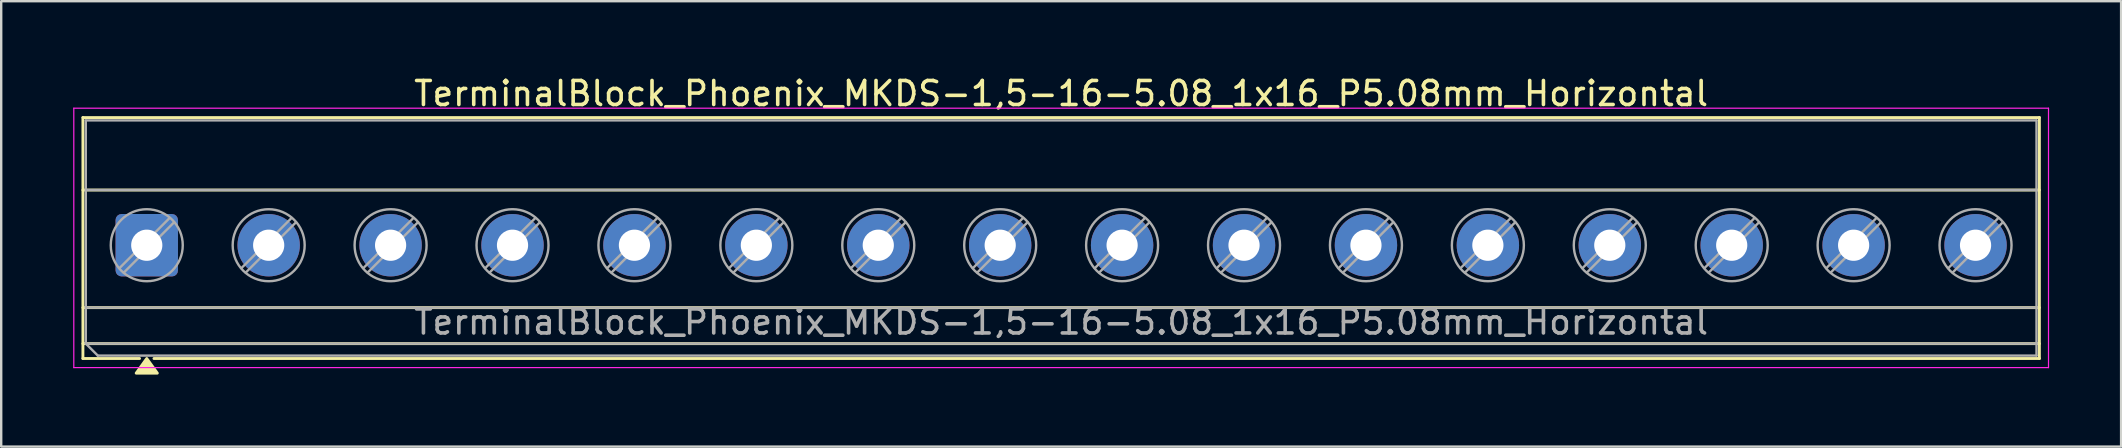
<source format=kicad_pcb>
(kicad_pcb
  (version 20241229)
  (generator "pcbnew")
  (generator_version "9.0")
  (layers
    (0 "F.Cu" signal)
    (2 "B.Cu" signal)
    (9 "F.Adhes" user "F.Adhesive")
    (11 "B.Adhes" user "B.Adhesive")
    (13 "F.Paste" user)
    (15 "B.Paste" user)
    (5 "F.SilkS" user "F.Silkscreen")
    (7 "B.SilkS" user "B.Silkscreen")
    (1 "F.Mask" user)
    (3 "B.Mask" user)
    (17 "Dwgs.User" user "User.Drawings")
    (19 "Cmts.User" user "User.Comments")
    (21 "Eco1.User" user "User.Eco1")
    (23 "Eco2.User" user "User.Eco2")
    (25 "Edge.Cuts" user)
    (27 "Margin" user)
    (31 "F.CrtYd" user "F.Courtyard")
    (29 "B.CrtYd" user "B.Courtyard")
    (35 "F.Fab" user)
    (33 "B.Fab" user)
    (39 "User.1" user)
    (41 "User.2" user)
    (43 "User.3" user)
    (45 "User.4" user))
  (footprint "TerminalBlock_Phoenix_MKDS-1,5-16-5.08_1x16_P5.08mm_Horizontal"
    (layer "F.Cu")
    (at 3.065 7.168)
    (property "Reference" "TerminalBlock_Phoenix_MKDS-1,5-16-5.08_1x16_P5.08mm_Horizontal" (at 38.1 -6.32 0) (layer "F.SilkS") (effects (font (size 1 1) (thickness 0.15))))
    (attr through_hole)
    (fp_line (start -2.66 -5.32) (end -2.66 4.72) (stroke (width 0.12) (type solid)) (layer "F.SilkS"))
    (fp_line (start -2.66 -5.32) (end 78.86 -5.32) (stroke (width 0.12) (type solid)) (layer "F.SilkS"))
    (fp_line (start -2.66 -2.3) (end 78.86 -2.3) (stroke (width 0.12) (type solid)) (layer "F.SilkS"))
    (fp_line (start -2.66 2.6) (end 78.86 2.6) (stroke (width 0.12) (type solid)) (layer "F.SilkS"))
    (fp_line (start -2.66 4.1) (end 78.86 4.1) (stroke (width 0.12) (type solid)) (layer "F.SilkS"))
    (fp_line (start -2.66 4.72) (end -0.3 4.72) (stroke (width 0.12) (type solid)) (layer "F.SilkS"))
    (fp_line (start 0.3 4.72) (end 78.86 4.72) (stroke (width 0.12) (type solid)) (layer "F.SilkS"))
    (fp_line (start 78.86 -5.32) (end 78.86 4.72) (stroke (width 0.12) (type solid)) (layer "F.SilkS"))
    (fp_poly (pts (xy 0 4.72) (xy 0.44 5.33) (xy -0.44 5.33)) (stroke (width 0.12) (type solid)) (fill yes) (layer "F.SilkS"))
    (fp_line (start -3.04 -5.71) (end -3.04 5.1) (stroke (width 0.05) (type solid)) (layer "F.CrtYd"))
    (fp_line (start -3.04 5.1) (end 79.24 5.1) (stroke (width 0.05) (type solid)) (layer "F.CrtYd"))
    (fp_line (start 79.24 -5.71) (end -3.04 -5.71) (stroke (width 0.05) (type solid)) (layer "F.CrtYd"))
    (fp_line (start 79.24 5.1) (end 79.24 -5.71) (stroke (width 0.05) (type solid)) (layer "F.CrtYd"))
    (fp_line (start -2.54 -5.2) (end 78.74 -5.2) (stroke (width 0.1) (type solid)) (layer "F.Fab"))
    (fp_line (start -2.54 -2.3) (end 78.74 -2.3) (stroke (width 0.1) (type solid)) (layer "F.Fab"))
    (fp_line (start -2.54 2.6) (end 78.74 2.6) (stroke (width 0.1) (type solid)) (layer "F.Fab"))
    (fp_line (start -2.54 4.1) (end -2.54 -5.2) (stroke (width 0.1) (type solid)) (layer "F.Fab"))
    (fp_line (start -2.54 4.1) (end 78.74 4.1) (stroke (width 0.1) (type solid)) (layer "F.Fab"))
    (fp_line (start -2.04 4.6) (end -2.54 4.1) (stroke (width 0.1) (type solid)) (layer "F.Fab"))
    (fp_line (start 0.955 -1.138) (end -1.138 0.955) (stroke (width 0.1) (type solid)) (layer "F.Fab"))
    (fp_line (start 1.138 -0.955) (end -0.955 1.138) (stroke (width 0.1) (type solid)) (layer "F.Fab"))
    (fp_line (start 6.035 -1.138) (end 3.942 0.955) (stroke (width 0.1) (type solid)) (layer "F.Fab"))
    (fp_line (start 6.218 -0.955) (end 4.125 1.138) (stroke (width 0.1) (type solid)) (layer "F.Fab"))
    (fp_line (start 11.115 -1.138) (end 9.022 0.955) (stroke (width 0.1) (type solid)) (layer "F.Fab"))
    (fp_line (start 11.298 -0.955) (end 9.205 1.138) (stroke (width 0.1) (type solid)) (layer "F.Fab"))
    (fp_line (start 16.195 -1.138) (end 14.102 0.955) (stroke (width 0.1) (type solid)) (layer "F.Fab"))
    (fp_line (start 16.378 -0.955) (end 14.285 1.138) (stroke (width 0.1) (type solid)) (layer "F.Fab"))
    (fp_line (start 21.275 -1.138) (end 19.182 0.955) (stroke (width 0.1) (type solid)) (layer "F.Fab"))
    (fp_line (start 21.458 -0.955) (end 19.365 1.138) (stroke (width 0.1) (type solid)) (layer "F.Fab"))
    (fp_line (start 26.355 -1.138) (end 24.262 0.955) (stroke (width 0.1) (type solid)) (layer "F.Fab"))
    (fp_line (start 26.538 -0.955) (end 24.445 1.138) (stroke (width 0.1) (type solid)) (layer "F.Fab"))
    (fp_line (start 31.435 -1.138) (end 29.342 0.955) (stroke (width 0.1) (type solid)) (layer "F.Fab"))
    (fp_line (start 31.618 -0.955) (end 29.525 1.138) (stroke (width 0.1) (type solid)) (layer "F.Fab"))
    (fp_line (start 36.515 -1.138) (end 34.422 0.955) (stroke (width 0.1) (type solid)) (layer "F.Fab"))
    (fp_line (start 36.698 -0.955) (end 34.605 1.138) (stroke (width 0.1) (type solid)) (layer "F.Fab"))
    (fp_line (start 41.595 -1.138) (end 39.502 0.955) (stroke (width 0.1) (type solid)) (layer "F.Fab"))
    (fp_line (start 41.778 -0.955) (end 39.685 1.138) (stroke (width 0.1) (type solid)) (layer "F.Fab"))
    (fp_line (start 46.675 -1.138) (end 44.582 0.955) (stroke (width 0.1) (type solid)) (layer "F.Fab"))
    (fp_line (start 46.858 -0.955) (end 44.765 1.138) (stroke (width 0.1) (type solid)) (layer "F.Fab"))
    (fp_line (start 51.755 -1.138) (end 49.662 0.955) (stroke (width 0.1) (type solid)) (layer "F.Fab"))
    (fp_line (start 51.938 -0.955) (end 49.845 1.138) (stroke (width 0.1) (type solid)) (layer "F.Fab"))
    (fp_line (start 56.835 -1.138) (end 54.742 0.955) (stroke (width 0.1) (type solid)) (layer "F.Fab"))
    (fp_line (start 57.018 -0.955) (end 54.925 1.138) (stroke (width 0.1) (type solid)) (layer "F.Fab"))
    (fp_line (start 61.915 -1.138) (end 59.822 0.955) (stroke (width 0.1) (type solid)) (layer "F.Fab"))
    (fp_line (start 62.098 -0.955) (end 60.005 1.138) (stroke (width 0.1) (type solid)) (layer "F.Fab"))
    (fp_line (start 66.995 -1.138) (end 64.902 0.955) (stroke (width 0.1) (type solid)) (layer "F.Fab"))
    (fp_line (start 67.178 -0.955) (end 65.085 1.138) (stroke (width 0.1) (type solid)) (layer "F.Fab"))
    (fp_line (start 72.075 -1.138) (end 69.982 0.955) (stroke (width 0.1) (type solid)) (layer "F.Fab"))
    (fp_line (start 72.258 -0.955) (end 70.165 1.138) (stroke (width 0.1) (type solid)) (layer "F.Fab"))
    (fp_line (start 77.155 -1.138) (end 75.062 0.955) (stroke (width 0.1) (type solid)) (layer "F.Fab"))
    (fp_line (start 77.338 -0.955) (end 75.245 1.138) (stroke (width 0.1) (type solid)) (layer "F.Fab"))
    (fp_line (start 78.74 -5.2) (end 78.74 4.6) (stroke (width 0.1) (type solid)) (layer "F.Fab"))
    (fp_line (start 78.74 4.6) (end -2.04 4.6) (stroke (width 0.1) (type solid)) (layer "F.Fab"))
    (fp_circle (center 0 0) (end 1.5 0) (stroke (width 0.1) (type solid)) (fill no) (layer "F.Fab"))
    (fp_circle (center 5.08 0) (end 6.58 0) (stroke (width 0.1) (type solid)) (fill no) (layer "F.Fab"))
    (fp_circle (center 10.16 0) (end 11.66 0) (stroke (width 0.1) (type solid)) (fill no) (layer "F.Fab"))
    (fp_circle (center 15.24 0) (end 16.74 0) (stroke (width 0.1) (type solid)) (fill no) (layer "F.Fab"))
    (fp_circle (center 20.32 0) (end 21.82 0) (stroke (width 0.1) (type solid)) (fill no) (layer "F.Fab"))
    (fp_circle (center 25.4 0) (end 26.9 0) (stroke (width 0.1) (type solid)) (fill no) (layer "F.Fab"))
    (fp_circle (center 30.48 0) (end 31.98 0) (stroke (width 0.1) (type solid)) (fill no) (layer "F.Fab"))
    (fp_circle (center 35.56 0) (end 37.06 0) (stroke (width 0.1) (type solid)) (fill no) (layer "F.Fab"))
    (fp_circle (center 40.64 0) (end 42.14 0) (stroke (width 0.1) (type solid)) (fill no) (layer "F.Fab"))
    (fp_circle (center 45.72 0) (end 47.22 0) (stroke (width 0.1) (type solid)) (fill no) (layer "F.Fab"))
    (fp_circle (center 50.8 0) (end 52.3 0) (stroke (width 0.1) (type solid)) (fill no) (layer "F.Fab"))
    (fp_circle (center 55.88 0) (end 57.38 0) (stroke (width 0.1) (type solid)) (fill no) (layer "F.Fab"))
    (fp_circle (center 60.96 0) (end 62.46 0) (stroke (width 0.1) (type solid)) (fill no) (layer "F.Fab"))
    (fp_circle (center 66.04 0) (end 67.54 0) (stroke (width 0.1) (type solid)) (fill no) (layer "F.Fab"))
    (fp_circle (center 71.12 0) (end 72.62 0) (stroke (width 0.1) (type solid)) (fill no) (layer "F.Fab"))
    (fp_circle (center 76.2 0) (end 77.7 0) (stroke (width 0.1) (type solid)) (fill no) (layer "F.Fab"))
    (fp_text user "${REFERENCE}" (at 38.1 3.2 0) (layer "F.Fab") (effects (font (size 1 1) (thickness 0.15))))
    (pad "1" thru_hole roundrect (at 0 0) (size 2.6 2.6) (drill 1.3) (layers "*.Cu" "*.Mask") (roundrect_rratio 0.096))
    (pad "2" thru_hole circle (at 5.08 0) (size 2.6 2.6) (drill 1.3) (layers "*.Cu" "*.Mask"))
    (pad "3" thru_hole circle (at 10.16 0) (size 2.6 2.6) (drill 1.3) (layers "*.Cu" "*.Mask"))
    (pad "4" thru_hole circle (at 15.24 0) (size 2.6 2.6) (drill 1.3) (layers "*.Cu" "*.Mask"))
    (pad "5" thru_hole circle (at 20.32 0) (size 2.6 2.6) (drill 1.3) (layers "*.Cu" "*.Mask"))
    (pad "6" thru_hole circle (at 25.4 0) (size 2.6 2.6) (drill 1.3) (layers "*.Cu" "*.Mask"))
    (pad "7" thru_hole circle (at 30.48 0) (size 2.6 2.6) (drill 1.3) (layers "*.Cu" "*.Mask"))
    (pad "8" thru_hole circle (at 35.56 0) (size 2.6 2.6) (drill 1.3) (layers "*.Cu" "*.Mask"))
    (pad "9" thru_hole circle (at 40.64 0) (size 2.6 2.6) (drill 1.3) (layers "*.Cu" "*.Mask"))
    (pad "10" thru_hole circle (at 45.72 0) (size 2.6 2.6) (drill 1.3) (layers "*.Cu" "*.Mask"))
    (pad "11" thru_hole circle (at 50.8 0) (size 2.6 2.6) (drill 1.3) (layers "*.Cu" "*.Mask"))
    (pad "12" thru_hole circle (at 55.88 0) (size 2.6 2.6) (drill 1.3) (layers "*.Cu" "*.Mask"))
    (pad "13" thru_hole circle (at 60.96 0) (size 2.6 2.6) (drill 1.3) (layers "*.Cu" "*.Mask"))
    (pad "14" thru_hole circle (at 66.04 0) (size 2.6 2.6) (drill 1.3) (layers "*.Cu" "*.Mask"))
    (pad "15" thru_hole circle (at 71.12 0) (size 2.6 2.6) (drill 1.3) (layers "*.Cu" "*.Mask"))
    (pad "16" thru_hole circle (at 76.2 0) (size 2.6 2.6) (drill 1.3) (layers "*.Cu" "*.Mask")))
  (gr_rect
    (start -3 -3)
    (end 85.33 15.558)
    (stroke (width 0.1) (type default))
    (fill no)
    (layer "Edge.Cuts")))
</source>
